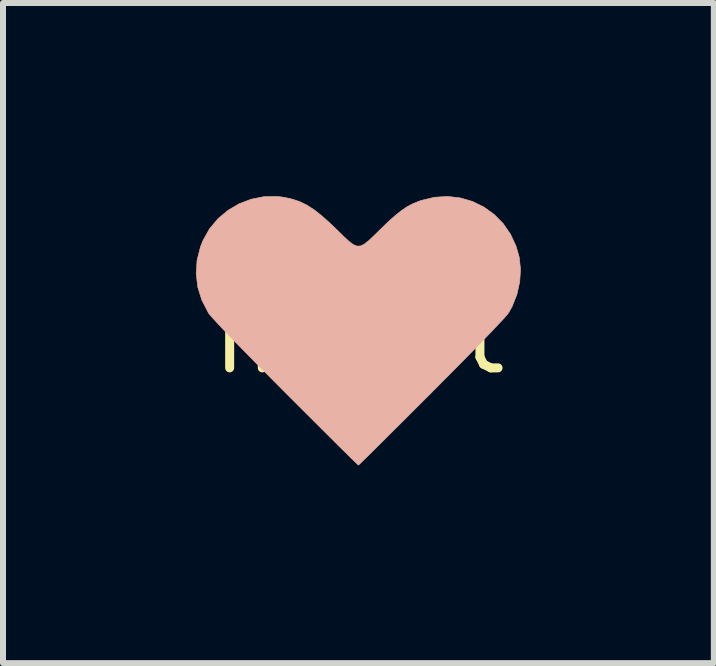
<source format=kicad_pcb>
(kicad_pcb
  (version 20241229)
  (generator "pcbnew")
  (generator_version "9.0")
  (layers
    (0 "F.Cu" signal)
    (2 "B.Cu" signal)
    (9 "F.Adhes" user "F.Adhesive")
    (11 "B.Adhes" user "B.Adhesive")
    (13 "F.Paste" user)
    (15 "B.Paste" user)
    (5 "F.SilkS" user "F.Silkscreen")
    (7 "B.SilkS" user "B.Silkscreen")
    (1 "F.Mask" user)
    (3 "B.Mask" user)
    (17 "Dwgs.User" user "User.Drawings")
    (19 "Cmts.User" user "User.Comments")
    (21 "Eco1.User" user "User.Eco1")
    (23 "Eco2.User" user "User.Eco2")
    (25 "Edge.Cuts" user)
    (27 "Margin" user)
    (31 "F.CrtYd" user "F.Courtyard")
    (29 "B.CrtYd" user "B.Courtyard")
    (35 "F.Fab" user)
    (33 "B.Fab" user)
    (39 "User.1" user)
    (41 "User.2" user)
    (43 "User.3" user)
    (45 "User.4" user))
  (footprint "heart"
    (layer "F.Cu")
    (at 2.926 2.504)
    (property "Reference" "heart" (at 0 0 0) (layer "F.SilkS") (effects (font (size 1.27 1.27) (thickness 0.15))))
    (attr through_hole)
    (fp_poly (pts (xy 1.671 -2.483) (xy 1.89 -2.437) (xy 2.091 -2.36) (xy 2.136 -2.337) (xy 2.353 -2.196) (xy 2.537 -2.029) (xy 2.687 -1.84) (xy 2.8 -1.629) (xy 2.877 -1.399) (xy 2.916 -1.153) (xy 2.921 -1.027) (xy 2.905 -0.785) (xy 2.855 -0.564) (xy 2.769 -0.354) (xy 2.661 -0.169) (xy 2.635 -0.138) (xy 2.583 -0.081) (xy 2.507 -0.001) (xy 2.41 0.1) (xy 2.294 0.22) (xy 2.162 0.355) (xy 2.017 0.503) (xy 1.861 0.662) (xy 1.696 0.828) (xy 1.527 0.999) (xy 1.354 1.172) (xy 1.18 1.346) (xy 1.009 1.517) (xy 0.843 1.682) (xy 0.685 1.839) (xy 0.537 1.986) (xy 0.401 2.119) (xy 0.281 2.236) (xy 0.178 2.335) (xy 0.097 2.413) (xy 0.038 2.467) (xy 0.006 2.495) (xy 0 2.498) (xy -0.02 2.483) (xy -0.067 2.44) (xy -0.139 2.372) (xy -0.235 2.28) (xy -0.351 2.167) (xy -0.487 2.035) (xy -0.638 1.886) (xy -0.804 1.721) (xy -0.982 1.544) (xy -1.17 1.357) (xy -1.315 1.212) (xy -1.51 1.016) (xy -1.697 0.827) (xy -1.875 0.647) (xy -2.04 0.479) (xy -2.191 0.325) (xy -2.325 0.187) (xy -2.44 0.068) (xy -2.534 -0.03) (xy -2.604 -0.104) (xy -2.647 -0.152) (xy -2.661 -0.169) (xy -2.782 -0.378) (xy -2.863 -0.589) (xy -2.909 -0.812) (xy -2.921 -1.027) (xy -2.901 -1.281) (xy -2.843 -1.519) (xy -2.746 -1.74) (xy -2.612 -1.941) (xy -2.439 -2.124) (xy -2.398 -2.16) (xy -2.279 -2.247) (xy -2.137 -2.33) (xy -1.987 -2.401) (xy -1.845 -2.453) (xy -1.799 -2.465) (xy -1.642 -2.489) (xy -1.465 -2.497) (xy -1.286 -2.49) (xy -1.123 -2.468) (xy -1.074 -2.457) (xy -0.941 -2.418) (xy -0.821 -2.369) (xy -0.705 -2.308) (xy -0.588 -2.228) (xy -0.462 -2.126) (xy -0.32 -1.998) (xy -0.249 -1.93) (xy 0 -1.687) (xy 0.249 -1.93) (xy 0.372 -2.047) (xy 0.475 -2.139) (xy 0.563 -2.212) (xy 0.646 -2.27) (xy 0.73 -2.321) (xy 0.801 -2.359) (xy 0.999 -2.437) (xy 1.216 -2.483) (xy 1.443 -2.499) (xy 1.671 -2.483)) (stroke (width 0.01) (type solid)) (fill yes) (layer "B.Mask"))
    (fp_poly (pts (xy 1.7 -2.254) (xy 1.903 -2.195) (xy 2.092 -2.102) (xy 2.263 -1.979) (xy 2.413 -1.827) (xy 2.536 -1.649) (xy 2.629 -1.448) (xy 2.68 -1.27) (xy 2.703 -1.066) (xy 2.689 -0.854) (xy 2.642 -0.643) (xy 2.563 -0.444) (xy 2.506 -0.342) (xy 2.475 -0.302) (xy 2.414 -0.233) (xy 2.324 -0.137) (xy 2.207 -0.013) (xy 2.063 0.136) (xy 1.892 0.311) (xy 1.697 0.51) (xy 1.476 0.733) (xy 1.232 0.978) (xy 1.221 0.99) (xy 1.033 1.177) (xy 0.854 1.356) (xy 0.686 1.524) (xy 0.531 1.678) (xy 0.392 1.817) (xy 0.27 1.938) (xy 0.168 2.039) (xy 0.088 2.117) (xy 0.033 2.171) (xy 0.004 2.198) (xy 0 2.201) (xy -0.016 2.187) (xy -0.06 2.144) (xy -0.13 2.076) (xy -0.222 1.985) (xy -0.336 1.873) (xy -0.467 1.742) (xy -0.616 1.594) (xy -0.778 1.432) (xy -0.953 1.258) (xy -1.137 1.074) (xy -1.221 0.99) (xy -1.464 0.745) (xy -1.684 0.523) (xy -1.88 0.324) (xy -2.051 0.149) (xy -2.196 -0.001) (xy -2.314 -0.126) (xy -2.405 -0.224) (xy -2.468 -0.294) (xy -2.501 -0.336) (xy -2.502 -0.339) (xy -2.611 -0.55) (xy -2.679 -0.769) (xy -2.705 -0.992) (xy -2.69 -1.217) (xy -2.633 -1.44) (xy -2.59 -1.548) (xy -2.482 -1.74) (xy -2.342 -1.907) (xy -2.177 -2.046) (xy -1.99 -2.156) (xy -1.788 -2.233) (xy -1.575 -2.275) (xy -1.356 -2.279) (xy -1.237 -2.264) (xy -1.103 -2.234) (xy -0.98 -2.193) (xy -0.861 -2.135) (xy -0.741 -2.058) (xy -0.612 -1.957) (xy -0.468 -1.828) (xy -0.364 -1.728) (xy -0.25 -1.616) (xy -0.16 -1.532) (xy -0.088 -1.477) (xy -0.025 -1.451) (xy 0.034 -1.453) (xy 0.097 -1.483) (xy 0.172 -1.542) (xy 0.265 -1.63) (xy 0.364 -1.728) (xy 0.501 -1.86) (xy 0.618 -1.964) (xy 0.72 -2.045) (xy 0.815 -2.109) (xy 0.909 -2.158) (xy 1.009 -2.199) (xy 1.047 -2.212) (xy 1.268 -2.265) (xy 1.487 -2.279) (xy 1.7 -2.254)) (stroke (width 0.01) (type solid)) (fill yes) (layer "B.SilkS")))
  (gr_rect
    (start -3 -3)
    (end 8.852 8.006)
    (stroke (width 0.1) (type default))
    (fill no)
    (layer "Edge.Cuts")))
</source>
